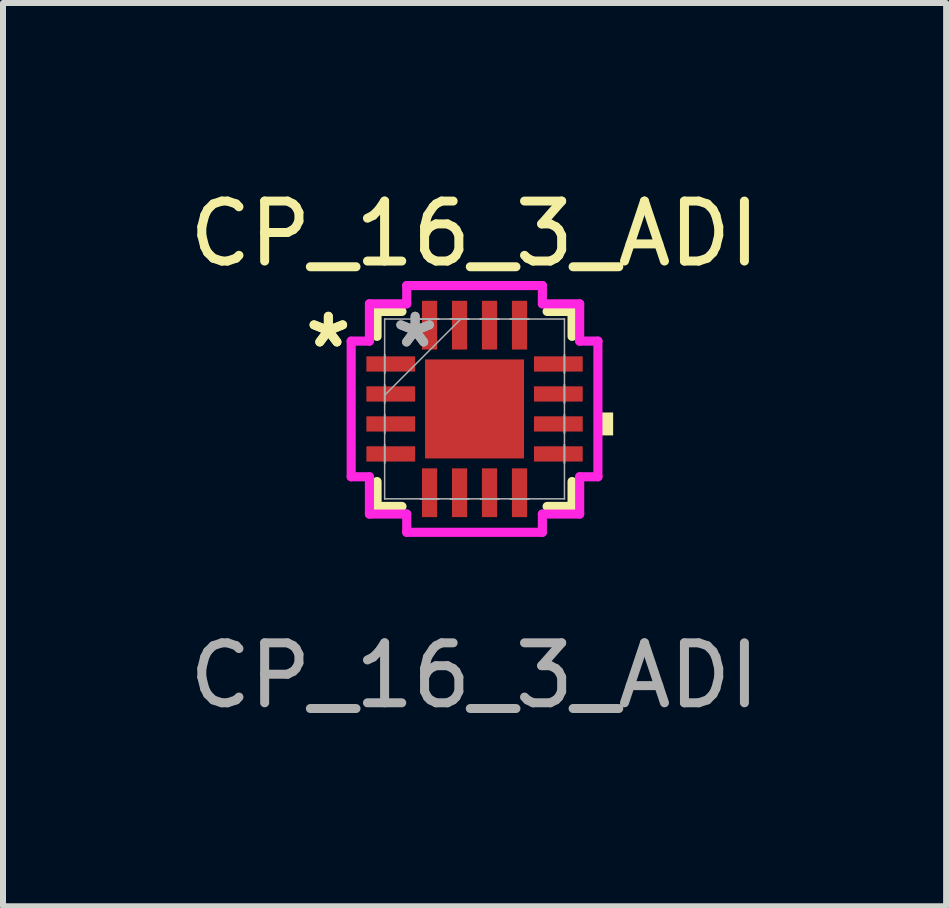
<source format=kicad_pcb>
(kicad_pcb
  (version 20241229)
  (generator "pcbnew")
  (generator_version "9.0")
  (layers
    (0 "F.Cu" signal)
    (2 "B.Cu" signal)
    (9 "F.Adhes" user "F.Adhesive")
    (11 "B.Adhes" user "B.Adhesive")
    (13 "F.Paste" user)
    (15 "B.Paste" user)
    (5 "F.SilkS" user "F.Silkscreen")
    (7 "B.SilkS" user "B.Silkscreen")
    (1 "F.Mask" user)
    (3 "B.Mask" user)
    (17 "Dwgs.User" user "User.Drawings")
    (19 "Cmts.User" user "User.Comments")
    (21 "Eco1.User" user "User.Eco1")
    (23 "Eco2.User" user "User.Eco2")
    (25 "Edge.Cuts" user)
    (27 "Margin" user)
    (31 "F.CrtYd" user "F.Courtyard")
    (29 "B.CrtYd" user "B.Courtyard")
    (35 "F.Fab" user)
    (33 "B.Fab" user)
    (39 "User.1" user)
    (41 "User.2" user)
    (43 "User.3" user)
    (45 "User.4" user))
  (footprint "CP_16_3_ADI"
    (layer "F.Cu")
    (at 4.863 3.769)
    (property "Reference" "CP_16_3_ADI" (at 0 -2.921 0) (unlocked yes) (layer "F.SilkS") (effects (font (size 1 1) (thickness 0.15))))
    (attr smd)
    (fp_line (start -1.626 -1.626) (end -1.626 -1.21) (stroke (width 0.152) (type solid)) (layer "F.SilkS"))
    (fp_line (start -1.626 1.21) (end -1.626 1.626) (stroke (width 0.152) (type solid)) (layer "F.SilkS"))
    (fp_line (start -1.626 1.626) (end -1.21 1.626) (stroke (width 0.152) (type solid)) (layer "F.SilkS"))
    (fp_line (start -1.21 -1.626) (end -1.626 -1.626) (stroke (width 0.152) (type solid)) (layer "F.SilkS"))
    (fp_line (start 1.21 1.626) (end 1.626 1.626) (stroke (width 0.152) (type solid)) (layer "F.SilkS"))
    (fp_line (start 1.626 -1.626) (end 1.21 -1.626) (stroke (width 0.152) (type solid)) (layer "F.SilkS"))
    (fp_line (start 1.626 -1.21) (end 1.626 -1.626) (stroke (width 0.152) (type solid)) (layer "F.SilkS"))
    (fp_line (start 1.626 1.626) (end 1.626 1.21) (stroke (width 0.152) (type solid)) (layer "F.SilkS"))
    (fp_poly (pts (xy 2.311 0.059) (xy 2.311 0.441) (xy 2.057 0.441) (xy 2.057 0.059)) (stroke (width 0) (type solid)) (fill yes) (layer "F.SilkS"))
    (fp_line (start -2.057 -1.131) (end -1.753 -1.131) (stroke (width 0.152) (type solid)) (layer "F.CrtYd"))
    (fp_line (start -2.057 1.131) (end -2.057 -1.131) (stroke (width 0.152) (type solid)) (layer "F.CrtYd"))
    (fp_line (start -1.753 -1.753) (end -1.131 -1.753) (stroke (width 0.152) (type solid)) (layer "F.CrtYd"))
    (fp_line (start -1.753 -1.131) (end -1.753 -1.753) (stroke (width 0.152) (type solid)) (layer "F.CrtYd"))
    (fp_line (start -1.753 1.131) (end -2.057 1.131) (stroke (width 0.152) (type solid)) (layer "F.CrtYd"))
    (fp_line (start -1.753 1.753) (end -1.753 1.131) (stroke (width 0.152) (type solid)) (layer "F.CrtYd"))
    (fp_line (start -1.131 -2.057) (end 1.131 -2.057) (stroke (width 0.152) (type solid)) (layer "F.CrtYd"))
    (fp_line (start -1.131 -1.753) (end -1.131 -2.057) (stroke (width 0.152) (type solid)) (layer "F.CrtYd"))
    (fp_line (start -1.131 1.753) (end -1.753 1.753) (stroke (width 0.152) (type solid)) (layer "F.CrtYd"))
    (fp_line (start -1.131 2.057) (end -1.131 1.753) (stroke (width 0.152) (type solid)) (layer "F.CrtYd"))
    (fp_line (start 1.131 -2.057) (end 1.131 -1.753) (stroke (width 0.152) (type solid)) (layer "F.CrtYd"))
    (fp_line (start 1.131 -1.753) (end 1.753 -1.753) (stroke (width 0.152) (type solid)) (layer "F.CrtYd"))
    (fp_line (start 1.131 1.753) (end 1.131 2.057) (stroke (width 0.152) (type solid)) (layer "F.CrtYd"))
    (fp_line (start 1.131 2.057) (end -1.131 2.057) (stroke (width 0.152) (type solid)) (layer "F.CrtYd"))
    (fp_line (start 1.753 -1.753) (end 1.753 -1.131) (stroke (width 0.152) (type solid)) (layer "F.CrtYd"))
    (fp_line (start 1.753 -1.131) (end 2.057 -1.131) (stroke (width 0.152) (type solid)) (layer "F.CrtYd"))
    (fp_line (start 1.753 1.131) (end 1.753 1.753) (stroke (width 0.152) (type solid)) (layer "F.CrtYd"))
    (fp_line (start 1.753 1.753) (end 1.131 1.753) (stroke (width 0.152) (type solid)) (layer "F.CrtYd"))
    (fp_line (start 2.057 -1.131) (end 2.057 1.131) (stroke (width 0.152) (type solid)) (layer "F.CrtYd"))
    (fp_line (start 2.057 1.131) (end 1.753 1.131) (stroke (width 0.152) (type solid)) (layer "F.CrtYd"))
    (fp_line (start -1.499 -1.499) (end -1.499 -1.499) (stroke (width 0.025) (type solid)) (layer "F.Fab"))
    (fp_line (start -1.499 -1.499) (end -1.499 1.499) (stroke (width 0.025) (type solid)) (layer "F.Fab"))
    (fp_line (start -1.499 -0.902) (end -1.499 -0.902) (stroke (width 0.025) (type solid)) (layer "F.Fab"))
    (fp_line (start -1.499 -0.902) (end -1.499 -0.598) (stroke (width 0.025) (type solid)) (layer "F.Fab"))
    (fp_line (start -1.499 -0.598) (end -1.499 -0.902) (stroke (width 0.025) (type solid)) (layer "F.Fab"))
    (fp_line (start -1.499 -0.598) (end -1.499 -0.598) (stroke (width 0.025) (type solid)) (layer "F.Fab"))
    (fp_line (start -1.499 -0.402) (end -1.499 -0.402) (stroke (width 0.025) (type solid)) (layer "F.Fab"))
    (fp_line (start -1.499 -0.402) (end -1.499 -0.098) (stroke (width 0.025) (type solid)) (layer "F.Fab"))
    (fp_line (start -1.499 -0.229) (end -0.229 -1.499) (stroke (width 0.025) (type solid)) (layer "F.Fab"))
    (fp_line (start -1.499 -0.098) (end -1.499 -0.402) (stroke (width 0.025) (type solid)) (layer "F.Fab"))
    (fp_line (start -1.499 -0.098) (end -1.499 -0.098) (stroke (width 0.025) (type solid)) (layer "F.Fab"))
    (fp_line (start -1.499 0.098) (end -1.499 0.098) (stroke (width 0.025) (type solid)) (layer "F.Fab"))
    (fp_line (start -1.499 0.098) (end -1.499 0.402) (stroke (width 0.025) (type solid)) (layer "F.Fab"))
    (fp_line (start -1.499 0.402) (end -1.499 0.098) (stroke (width 0.025) (type solid)) (layer "F.Fab"))
    (fp_line (start -1.499 0.402) (end -1.499 0.402) (stroke (width 0.025) (type solid)) (layer "F.Fab"))
    (fp_line (start -1.499 0.598) (end -1.499 0.598) (stroke (width 0.025) (type solid)) (layer "F.Fab"))
    (fp_line (start -1.499 0.598) (end -1.499 0.902) (stroke (width 0.025) (type solid)) (layer "F.Fab"))
    (fp_line (start -1.499 0.902) (end -1.499 0.598) (stroke (width 0.025) (type solid)) (layer "F.Fab"))
    (fp_line (start -1.499 0.902) (end -1.499 0.902) (stroke (width 0.025) (type solid)) (layer "F.Fab"))
    (fp_line (start -1.499 1.499) (end -1.499 1.499) (stroke (width 0.025) (type solid)) (layer "F.Fab"))
    (fp_line (start -1.499 1.499) (end 1.499 1.499) (stroke (width 0.025) (type solid)) (layer "F.Fab"))
    (fp_line (start -0.902 -1.499) (end -0.902 -1.499) (stroke (width 0.025) (type solid)) (layer "F.Fab"))
    (fp_line (start -0.902 -1.499) (end -0.598 -1.499) (stroke (width 0.025) (type solid)) (layer "F.Fab"))
    (fp_line (start -0.902 1.499) (end -0.902 1.499) (stroke (width 0.025) (type solid)) (layer "F.Fab"))
    (fp_line (start -0.902 1.499) (end -0.598 1.499) (stroke (width 0.025) (type solid)) (layer "F.Fab"))
    (fp_line (start -0.598 -1.499) (end -0.902 -1.499) (stroke (width 0.025) (type solid)) (layer "F.Fab"))
    (fp_line (start -0.598 -1.499) (end -0.598 -1.499) (stroke (width 0.025) (type solid)) (layer "F.Fab"))
    (fp_line (start -0.598 1.499) (end -0.902 1.499) (stroke (width 0.025) (type solid)) (layer "F.Fab"))
    (fp_line (start -0.598 1.499) (end -0.598 1.499) (stroke (width 0.025) (type solid)) (layer "F.Fab"))
    (fp_line (start -0.402 -1.499) (end -0.402 -1.499) (stroke (width 0.025) (type solid)) (layer "F.Fab"))
    (fp_line (start -0.402 -1.499) (end -0.098 -1.499) (stroke (width 0.025) (type solid)) (layer "F.Fab"))
    (fp_line (start -0.402 1.499) (end -0.402 1.499) (stroke (width 0.025) (type solid)) (layer "F.Fab"))
    (fp_line (start -0.402 1.499) (end -0.098 1.499) (stroke (width 0.025) (type solid)) (layer "F.Fab"))
    (fp_line (start -0.098 -1.499) (end -0.402 -1.499) (stroke (width 0.025) (type solid)) (layer "F.Fab"))
    (fp_line (start -0.098 -1.499) (end -0.098 -1.499) (stroke (width 0.025) (type solid)) (layer "F.Fab"))
    (fp_line (start -0.098 1.499) (end -0.402 1.499) (stroke (width 0.025) (type solid)) (layer "F.Fab"))
    (fp_line (start -0.098 1.499) (end -0.098 1.499) (stroke (width 0.025) (type solid)) (layer "F.Fab"))
    (fp_line (start 0.098 -1.499) (end 0.098 -1.499) (stroke (width 0.025) (type solid)) (layer "F.Fab"))
    (fp_line (start 0.098 -1.499) (end 0.402 -1.499) (stroke (width 0.025) (type solid)) (layer "F.Fab"))
    (fp_line (start 0.098 1.499) (end 0.098 1.499) (stroke (width 0.025) (type solid)) (layer "F.Fab"))
    (fp_line (start 0.098 1.499) (end 0.402 1.499) (stroke (width 0.025) (type solid)) (layer "F.Fab"))
    (fp_line (start 0.402 -1.499) (end 0.098 -1.499) (stroke (width 0.025) (type solid)) (layer "F.Fab"))
    (fp_line (start 0.402 -1.499) (end 0.402 -1.499) (stroke (width 0.025) (type solid)) (layer "F.Fab"))
    (fp_line (start 0.402 1.499) (end 0.098 1.499) (stroke (width 0.025) (type solid)) (layer "F.Fab"))
    (fp_line (start 0.402 1.499) (end 0.402 1.499) (stroke (width 0.025) (type solid)) (layer "F.Fab"))
    (fp_line (start 0.598 -1.499) (end 0.598 -1.499) (stroke (width 0.025) (type solid)) (layer "F.Fab"))
    (fp_line (start 0.598 -1.499) (end 0.902 -1.499) (stroke (width 0.025) (type solid)) (layer "F.Fab"))
    (fp_line (start 0.598 1.499) (end 0.598 1.499) (stroke (width 0.025) (type solid)) (layer "F.Fab"))
    (fp_line (start 0.598 1.499) (end 0.902 1.499) (stroke (width 0.025) (type solid)) (layer "F.Fab"))
    (fp_line (start 0.902 -1.499) (end 0.598 -1.499) (stroke (width 0.025) (type solid)) (layer "F.Fab"))
    (fp_line (start 0.902 -1.499) (end 0.902 -1.499) (stroke (width 0.025) (type solid)) (layer "F.Fab"))
    (fp_line (start 0.902 1.499) (end 0.598 1.499) (stroke (width 0.025) (type solid)) (layer "F.Fab"))
    (fp_line (start 0.902 1.499) (end 0.902 1.499) (stroke (width 0.025) (type solid)) (layer "F.Fab"))
    (fp_line (start 1.499 -1.499) (end -1.499 -1.499) (stroke (width 0.025) (type solid)) (layer "F.Fab"))
    (fp_line (start 1.499 -1.499) (end 1.499 -1.499) (stroke (width 0.025) (type solid)) (layer "F.Fab"))
    (fp_line (start 1.499 -0.902) (end 1.499 -0.902) (stroke (width 0.025) (type solid)) (layer "F.Fab"))
    (fp_line (start 1.499 -0.902) (end 1.499 -0.598) (stroke (width 0.025) (type solid)) (layer "F.Fab"))
    (fp_line (start 1.499 -0.598) (end 1.499 -0.902) (stroke (width 0.025) (type solid)) (layer "F.Fab"))
    (fp_line (start 1.499 -0.598) (end 1.499 -0.598) (stroke (width 0.025) (type solid)) (layer "F.Fab"))
    (fp_line (start 1.499 -0.402) (end 1.499 -0.402) (stroke (width 0.025) (type solid)) (layer "F.Fab"))
    (fp_line (start 1.499 -0.402) (end 1.499 -0.098) (stroke (width 0.025) (type solid)) (layer "F.Fab"))
    (fp_line (start 1.499 -0.098) (end 1.499 -0.402) (stroke (width 0.025) (type solid)) (layer "F.Fab"))
    (fp_line (start 1.499 -0.098) (end 1.499 -0.098) (stroke (width 0.025) (type solid)) (layer "F.Fab"))
    (fp_line (start 1.499 0.098) (end 1.499 0.098) (stroke (width 0.025) (type solid)) (layer "F.Fab"))
    (fp_line (start 1.499 0.098) (end 1.499 0.402) (stroke (width 0.025) (type solid)) (layer "F.Fab"))
    (fp_line (start 1.499 0.402) (end 1.499 0.098) (stroke (width 0.025) (type solid)) (layer "F.Fab"))
    (fp_line (start 1.499 0.402) (end 1.499 0.402) (stroke (width 0.025) (type solid)) (layer "F.Fab"))
    (fp_line (start 1.499 0.598) (end 1.499 0.598) (stroke (width 0.025) (type solid)) (layer "F.Fab"))
    (fp_line (start 1.499 0.598) (end 1.499 0.902) (stroke (width 0.025) (type solid)) (layer "F.Fab"))
    (fp_line (start 1.499 0.902) (end 1.499 0.598) (stroke (width 0.025) (type solid)) (layer "F.Fab"))
    (fp_line (start 1.499 0.902) (end 1.499 0.902) (stroke (width 0.025) (type solid)) (layer "F.Fab"))
    (fp_line (start 1.499 1.499) (end 1.499 -1.499) (stroke (width 0.025) (type solid)) (layer "F.Fab"))
    (fp_line (start 1.499 1.499) (end 1.499 1.499) (stroke (width 0.025) (type solid)) (layer "F.Fab"))
    (fp_text user "*" (at -2.438 -1 0) (unlocked yes) (layer "F.SilkS") (effects (font (size 1 1) (thickness 0.15))))
    (fp_text user "*" (at -2.438 -1 0) (layer "F.SilkS") (effects (font (size 1 1) (thickness 0.15))))
    (fp_text user "${REFERENCE}" (at 0 4.445 0) (unlocked yes) (layer "F.Fab") (effects (font (size 1 1) (thickness 0.15))))
    (fp_text user "*" (at -0.991 -1 0) (unlocked yes) (layer "F.Fab") (effects (font (size 1 1) (thickness 0.15))))
    (fp_text user "*" (at -0.991 -1 0) (layer "F.Fab") (effects (font (size 1 1) (thickness 0.15))))
    (pad "1" smd rect (at -1.397 -0.75 90) (size 0.254 0.813) (layers "F.Cu" "F.Mask" "F.Paste"))
    (pad "2" smd rect (at -1.397 -0.25 90) (size 0.254 0.813) (layers "F.Cu" "F.Mask" "F.Paste"))
    (pad "3" smd rect (at -1.397 0.25 90) (size 0.254 0.813) (layers "F.Cu" "F.Mask" "F.Paste"))
    (pad "4" smd rect (at -1.397 0.75 90) (size 0.254 0.813) (layers "F.Cu" "F.Mask" "F.Paste"))
    (pad "5" smd rect (at -0.75 1.397) (size 0.254 0.813) (layers "F.Cu" "F.Mask" "F.Paste"))
    (pad "6" smd rect (at -0.25 1.397) (size 0.254 0.813) (layers "F.Cu" "F.Mask" "F.Paste"))
    (pad "7" smd rect (at 0.25 1.397) (size 0.254 0.813) (layers "F.Cu" "F.Mask" "F.Paste"))
    (pad "8" smd rect (at 0.75 1.397) (size 0.254 0.813) (layers "F.Cu" "F.Mask" "F.Paste"))
    (pad "9" smd rect (at 1.397 0.75 90) (size 0.254 0.813) (layers "F.Cu" "F.Mask" "F.Paste"))
    (pad "10" smd rect (at 1.397 0.25 90) (size 0.254 0.813) (layers "F.Cu" "F.Mask" "F.Paste"))
    (pad "11" smd rect (at 1.397 -0.25 90) (size 0.254 0.813) (layers "F.Cu" "F.Mask" "F.Paste"))
    (pad "12" smd rect (at 1.397 -0.75 90) (size 0.254 0.813) (layers "F.Cu" "F.Mask" "F.Paste"))
    (pad "13" smd rect (at 0.75 -1.397) (size 0.254 0.813) (layers "F.Cu" "F.Mask" "F.Paste"))
    (pad "14" smd rect (at 0.25 -1.397) (size 0.254 0.813) (layers "F.Cu" "F.Mask" "F.Paste"))
    (pad "15" smd rect (at -0.25 -1.397) (size 0.254 0.813) (layers "F.Cu" "F.Mask" "F.Paste"))
    (pad "16" smd rect (at -0.75 -1.397) (size 0.254 0.813) (layers "F.Cu" "F.Mask" "F.Paste"))
    (pad "17" smd rect (at 0 0) (size 1.651 1.651) (layers "F.Cu" "F.Mask" "F.Paste")))
  (gr_rect
    (start -3 -3)
    (end 12.726 12.062)
    (stroke (width 0.1) (type default))
    (fill no)
    (layer "Edge.Cuts")))
</source>
